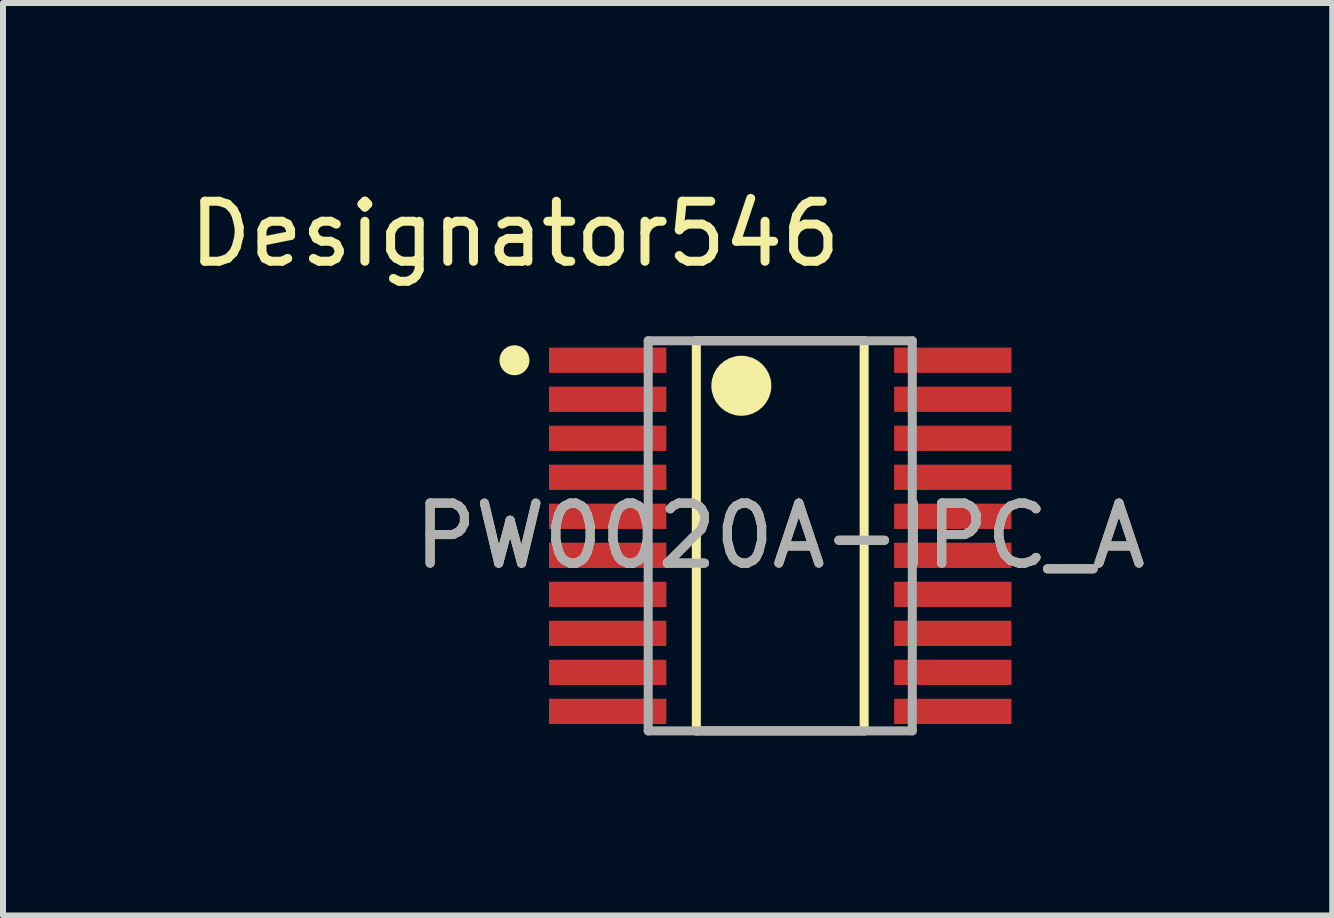
<source format=kicad_pcb>
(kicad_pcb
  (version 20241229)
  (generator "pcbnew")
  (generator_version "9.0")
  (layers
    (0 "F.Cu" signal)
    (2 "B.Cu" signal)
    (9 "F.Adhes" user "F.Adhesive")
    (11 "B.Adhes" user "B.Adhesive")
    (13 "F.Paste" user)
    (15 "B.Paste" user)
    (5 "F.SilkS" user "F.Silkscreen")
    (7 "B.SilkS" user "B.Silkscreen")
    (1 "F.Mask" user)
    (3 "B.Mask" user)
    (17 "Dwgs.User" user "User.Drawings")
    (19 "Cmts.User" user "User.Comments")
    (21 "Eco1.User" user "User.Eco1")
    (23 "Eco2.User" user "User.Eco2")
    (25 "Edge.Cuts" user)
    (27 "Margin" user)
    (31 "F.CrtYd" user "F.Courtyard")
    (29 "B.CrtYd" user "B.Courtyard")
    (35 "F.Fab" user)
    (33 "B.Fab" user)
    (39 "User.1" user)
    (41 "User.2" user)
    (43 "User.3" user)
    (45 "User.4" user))
  (footprint "PW0020A-IPC_A"
    (layer "F.Cu")
    (at 9.949 5.877)
    (property "Reference" "PW0020A-IPC_A" (at 0 0 0) (unlocked yes) (layer "F.SilkS") (effects (font (size 1 1) (thickness 0.15))))
    (attr smd)
    (fp_line (start -1.398 -3.25) (end 1.398 -3.25) (stroke (width 0.15) (type solid)) (layer "F.SilkS"))
    (fp_line (start -1.398 3.25) (end -1.398 -3.25) (stroke (width 0.15) (type solid)) (layer "F.SilkS"))
    (fp_line (start -1.398 3.25) (end 1.398 3.25) (stroke (width 0.15) (type solid)) (layer "F.SilkS"))
    (fp_line (start 1.398 3.25) (end 1.398 -3.25) (stroke (width 0.15) (type solid)) (layer "F.SilkS"))
    (fp_circle (center -4.428 -2.925) (end -4.303 -2.925) (stroke (width 0.25) (type solid)) (fill no) (layer "F.SilkS"))
    (fp_circle (center -0.648 -2.5) (end -0.398 -2.5) (stroke (width 0.5) (type solid)) (fill no) (layer "F.SilkS"))
    (fp_line (start -2.2 -3.25) (end 2.2 -3.25) (stroke (width 0.15) (type solid)) (layer "F.Fab"))
    (fp_line (start -2.2 3.25) (end -2.2 -3.25) (stroke (width 0.15) (type solid)) (layer "F.Fab"))
    (fp_line (start -2.2 3.25) (end 2.2 3.25) (stroke (width 0.15) (type solid)) (layer "F.Fab"))
    (fp_line (start 2.2 3.25) (end 2.2 -3.25) (stroke (width 0.15) (type solid)) (layer "F.Fab"))
    (fp_text user "Designator546" (at -4.42 -5.029 0) (unlocked yes) (layer "F.SilkS") (effects (font (size 1 1) (thickness 0.15))))
    (fp_text user "${REFERENCE}" (at 0 0 0) (unlocked yes) (layer "F.Fab") (effects (font (size 1 1) (thickness 0.15))))
    (pad "1" smd rect (at -2.875 -2.925) (size 1.955 0.421) (layers "F.Cu" "F.Mask" "F.Paste"))
    (pad "2" smd rect (at -2.875 -2.275) (size 1.955 0.421) (layers "F.Cu" "F.Mask" "F.Paste"))
    (pad "3" smd rect (at -2.875 -1.625) (size 1.955 0.421) (layers "F.Cu" "F.Mask" "F.Paste"))
    (pad "4" smd rect (at -2.875 -0.975) (size 1.955 0.421) (layers "F.Cu" "F.Mask" "F.Paste"))
    (pad "5" smd rect (at -2.875 -0.325) (size 1.955 0.421) (layers "F.Cu" "F.Mask" "F.Paste"))
    (pad "6" smd rect (at -2.875 0.325) (size 1.955 0.421) (layers "F.Cu" "F.Mask" "F.Paste"))
    (pad "7" smd rect (at -2.875 0.975) (size 1.955 0.421) (layers "F.Cu" "F.Mask" "F.Paste"))
    (pad "8" smd rect (at -2.875 1.625) (size 1.955 0.421) (layers "F.Cu" "F.Mask" "F.Paste"))
    (pad "9" smd rect (at -2.875 2.275) (size 1.955 0.421) (layers "F.Cu" "F.Mask" "F.Paste"))
    (pad "10" smd rect (at -2.875 2.925) (size 1.955 0.421) (layers "F.Cu" "F.Mask" "F.Paste"))
    (pad "11" smd rect (at 2.875 2.925) (size 1.955 0.421) (layers "F.Cu" "F.Mask" "F.Paste"))
    (pad "12" smd rect (at 2.875 2.275) (size 1.955 0.421) (layers "F.Cu" "F.Mask" "F.Paste"))
    (pad "13" smd rect (at 2.875 1.625) (size 1.955 0.421) (layers "F.Cu" "F.Mask" "F.Paste"))
    (pad "14" smd rect (at 2.875 0.975) (size 1.955 0.421) (layers "F.Cu" "F.Mask" "F.Paste"))
    (pad "15" smd rect (at 2.875 0.325) (size 1.955 0.421) (layers "F.Cu" "F.Mask" "F.Paste"))
    (pad "16" smd rect (at 2.875 -0.325) (size 1.955 0.421) (layers "F.Cu" "F.Mask" "F.Paste"))
    (pad "17" smd rect (at 2.875 -0.975) (size 1.955 0.421) (layers "F.Cu" "F.Mask" "F.Paste"))
    (pad "18" smd rect (at 2.875 -1.625) (size 1.955 0.421) (layers "F.Cu" "F.Mask" "F.Paste"))
    (pad "19" smd rect (at 2.875 -2.275) (size 1.955 0.421) (layers "F.Cu" "F.Mask" "F.Paste"))
    (pad "20" smd rect (at 2.875 -2.925) (size 1.955 0.421) (layers "F.Cu" "F.Mask" "F.Paste")))
  (gr_rect
    (start -3 -3)
    (end 19.146 12.202)
    (stroke (width 0.1) (type default))
    (fill no)
    (layer "Edge.Cuts")))
</source>
